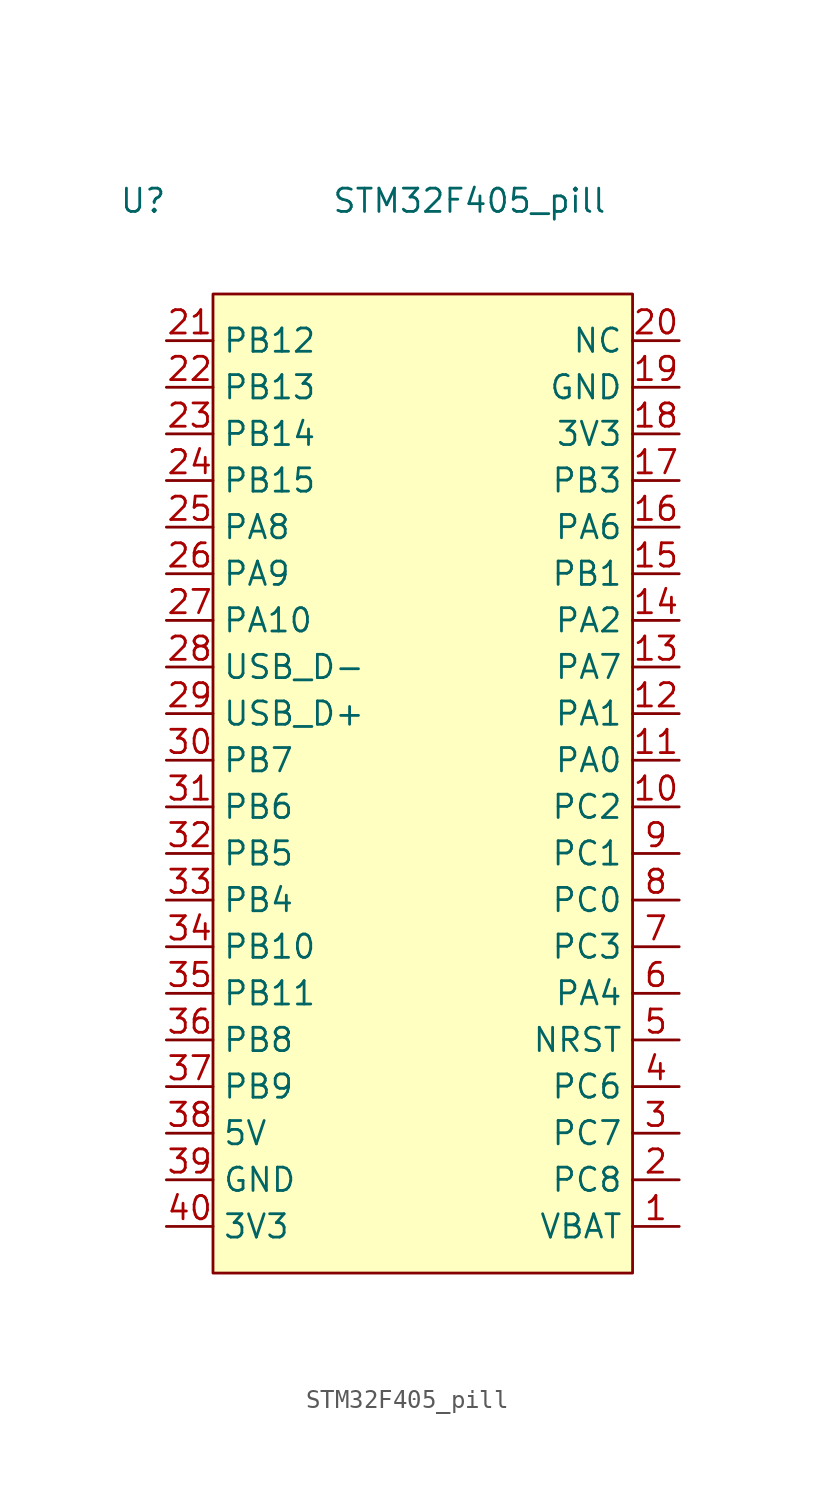
<source format=kicad_sym>
(kicad_symbol_lib
  (version 20211014)
  (generator kicad_symbol_editor)
  (symbol "STM32F405_pill"
    (property "Reference" "U"
      (at -3.81 5.08 0)
      (effects (font (size 1.27 1.27))))
    (property "Value" "STM32F405_pill"
      (at 13.97 5.08 0)
      (effects (font (size 1.27 1.27))))
    (symbol "STM32F405_pill_0_1"
      (rectangle (start 0 0) (end 22.86 -53.34) (stroke (width 0) (type default) (color 0 0 0 0)) (fill (type background))))
    (symbol "STM32F405_pill_1_1"
      (pin bidirectional line (at 25.4 -50.8 180) (length 2.54) (name "VBAT" (effects (font (size 1.27 1.27)))) (number "1" (effects (font (size 1.27 1.27)))))
      (pin bidirectional line (at 25.4 -27.94 180) (length 2.54) (name "PC2" (effects (font (size 1.27 1.27)))) (number "10" (effects (font (size 1.27 1.27)))))
      (pin bidirectional line (at 25.4 -25.4 180) (length 2.54) (name "PA0" (effects (font (size 1.27 1.27)))) (number "11" (effects (font (size 1.27 1.27)))))
      (pin bidirectional line (at 25.4 -22.86 180) (length 2.54) (name "PA1" (effects (font (size 1.27 1.27)))) (number "12" (effects (font (size 1.27 1.27)))))
      (pin bidirectional line (at 25.4 -20.32 180) (length 2.54) (name "PA7" (effects (font (size 1.27 1.27)))) (number "13" (effects (font (size 1.27 1.27)))))
      (pin bidirectional line (at 25.4 -17.78 180) (length 2.54) (name "PA2" (effects (font (size 1.27 1.27)))) (number "14" (effects (font (size 1.27 1.27)))))
      (pin bidirectional line (at 25.4 -15.24 180) (length 2.54) (name "PB1" (effects (font (size 1.27 1.27)))) (number "15" (effects (font (size 1.27 1.27)))))
      (pin bidirectional line (at 25.4 -12.7 180) (length 2.54) (name "PA6" (effects (font (size 1.27 1.27)))) (number "16" (effects (font (size 1.27 1.27)))))
      (pin bidirectional line (at 25.4 -10.16 180) (length 2.54) (name "PB3" (effects (font (size 1.27 1.27)))) (number "17" (effects (font (size 1.27 1.27)))))
      (pin bidirectional line (at 25.4 -7.62 180) (length 2.54) (name "3V3" (effects (font (size 1.27 1.27)))) (number "18" (effects (font (size 1.27 1.27)))))
      (pin bidirectional line (at 25.4 -5.08 180) (length 2.54) (name "GND" (effects (font (size 1.27 1.27)))) (number "19" (effects (font (size 1.27 1.27)))))
      (pin bidirectional line (at 25.4 -48.26 180) (length 2.54) (name "PC8" (effects (font (size 1.27 1.27)))) (number "2" (effects (font (size 1.27 1.27)))))
      (pin bidirectional line (at 25.4 -2.54 180) (length 2.54) (name "NC" (effects (font (size 1.27 1.27)))) (number "20" (effects (font (size 1.27 1.27)))))
      (pin bidirectional line (at -2.54 -2.54 0) (length 2.54) (name "PB12" (effects (font (size 1.27 1.27)))) (number "21" (effects (font (size 1.27 1.27)))))
      (pin bidirectional line (at -2.54 -5.08 0) (length 2.54) (name "PB13" (effects (font (size 1.27 1.27)))) (number "22" (effects (font (size 1.27 1.27)))))
      (pin bidirectional line (at -2.54 -7.62 0) (length 2.54) (name "PB14" (effects (font (size 1.27 1.27)))) (number "23" (effects (font (size 1.27 1.27)))))
      (pin bidirectional line (at -2.54 -10.16 0) (length 2.54) (name "PB15" (effects (font (size 1.27 1.27)))) (number "24" (effects (font (size 1.27 1.27)))))
      (pin bidirectional line (at -2.54 -12.7 0) (length 2.54) (name "PA8" (effects (font (size 1.27 1.27)))) (number "25" (effects (font (size 1.27 1.27)))))
      (pin bidirectional line (at -2.54 -15.24 0) (length 2.54) (name "PA9" (effects (font (size 1.27 1.27)))) (number "26" (effects (font (size 1.27 1.27)))))
      (pin bidirectional line (at -2.54 -17.78 0) (length 2.54) (name "PA10" (effects (font (size 1.27 1.27)))) (number "27" (effects (font (size 1.27 1.27)))))
      (pin bidirectional line (at -2.54 -20.32 0) (length 2.54) (name "USB_D-" (effects (font (size 1.27 1.27)))) (number "28" (effects (font (size 1.27 1.27)))))
      (pin bidirectional line (at -2.54 -22.86 0) (length 2.54) (name "USB_D+" (effects (font (size 1.27 1.27)))) (number "29" (effects (font (size 1.27 1.27)))))
      (pin bidirectional line (at 25.4 -45.72 180) (length 2.54) (name "PC7" (effects (font (size 1.27 1.27)))) (number "3" (effects (font (size 1.27 1.27)))))
      (pin bidirectional line (at -2.54 -25.4 0) (length 2.54) (name "PB7" (effects (font (size 1.27 1.27)))) (number "30" (effects (font (size 1.27 1.27)))))
      (pin bidirectional line (at -2.54 -27.94 0) (length 2.54) (name "PB6" (effects (font (size 1.27 1.27)))) (number "31" (effects (font (size 1.27 1.27)))))
      (pin bidirectional line (at -2.54 -30.48 0) (length 2.54) (name "PB5" (effects (font (size 1.27 1.27)))) (number "32" (effects (font (size 1.27 1.27)))))
      (pin bidirectional line (at -2.54 -33.02 0) (length 2.54) (name "PB4" (effects (font (size 1.27 1.27)))) (number "33" (effects (font (size 1.27 1.27)))))
      (pin bidirectional line (at -2.54 -35.56 0) (length 2.54) (name "PB10" (effects (font (size 1.27 1.27)))) (number "34" (effects (font (size 1.27 1.27)))))
      (pin bidirectional line (at -2.54 -38.1 0) (length 2.54) (name "PB11" (effects (font (size 1.27 1.27)))) (number "35" (effects (font (size 1.27 1.27)))))
      (pin bidirectional line (at -2.54 -40.64 0) (length 2.54) (name "PB8" (effects (font (size 1.27 1.27)))) (number "36" (effects (font (size 1.27 1.27)))))
      (pin bidirectional line (at -2.54 -43.18 0) (length 2.54) (name "PB9" (effects (font (size 1.27 1.27)))) (number "37" (effects (font (size 1.27 1.27)))))
      (pin bidirectional line (at -2.54 -45.72 0) (length 2.54) (name "5V" (effects (font (size 1.27 1.27)))) (number "38" (effects (font (size 1.27 1.27)))))
      (pin bidirectional line (at -2.54 -48.26 0) (length 2.54) (name "GND" (effects (font (size 1.27 1.27)))) (number "39" (effects (font (size 1.27 1.27)))))
      (pin bidirectional line (at 25.4 -43.18 180) (length 2.54) (name "PC6" (effects (font (size 1.27 1.27)))) (number "4" (effects (font (size 1.27 1.27)))))
      (pin bidirectional line (at -2.54 -50.8 0) (length 2.54) (name "3V3" (effects (font (size 1.27 1.27)))) (number "40" (effects (font (size 1.27 1.27)))))
      (pin bidirectional line (at 25.4 -40.64 180) (length 2.54) (name "NRST" (effects (font (size 1.27 1.27)))) (number "5" (effects (font (size 1.27 1.27)))))
      (pin bidirectional line (at 25.4 -38.1 180) (length 2.54) (name "PA4" (effects (font (size 1.27 1.27)))) (number "6" (effects (font (size 1.27 1.27)))))
      (pin bidirectional line (at 25.4 -35.56 180) (length 2.54) (name "PC3" (effects (font (size 1.27 1.27)))) (number "7" (effects (font (size 1.27 1.27)))))
      (pin bidirectional line (at 25.4 -33.02 180) (length 2.54) (name "PC0" (effects (font (size 1.27 1.27)))) (number "8" (effects (font (size 1.27 1.27)))))
      (pin bidirectional line (at 25.4 -30.48 180) (length 2.54) (name "PC1" (effects (font (size 1.27 1.27)))) (number "9" (effects (font (size 1.27 1.27))))))))
</source>
